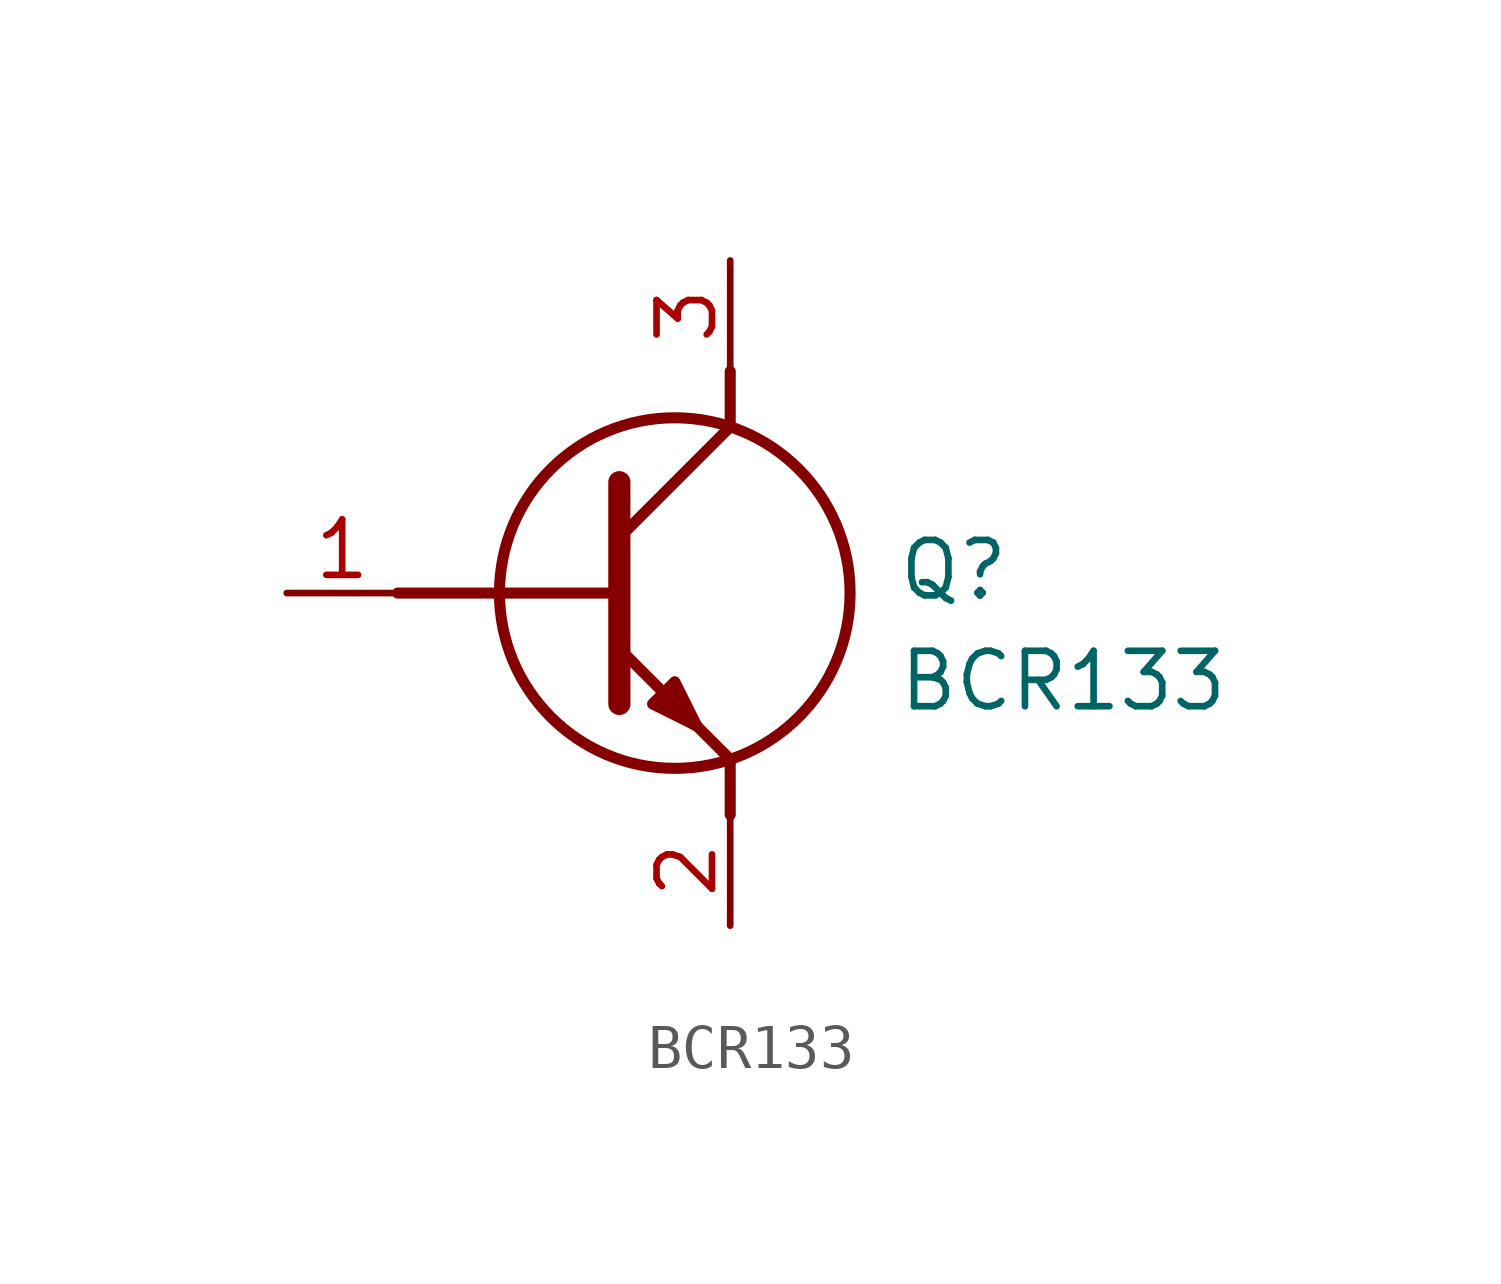
<source format=kicad_sym>
(kicad_symbol_lib
  (version 20211014)
  (generator SamacSys_ECAD_Model)
  (symbol "BCR133"
    (pin_names hide)
    (property "Reference" "Q"
      (at 13.97 1.27 0)
      (effects (font (size 1.27 1.27)) (justify left top)))
    (property "Value" "BCR133"
      (at 13.97 -1.27 0)
      (effects (font (size 1.27 1.27)) (justify left top)))
    (polyline
      (pts (xy 7.62 2.54) (xy 7.62 -2.54))
      (stroke (width 0.508) (type default))
      (fill (type none)))
    (polyline
      (pts (xy 7.62 1.27) (xy 10.16 3.81))
      (stroke (width 0.254) (type default))
      (fill (type none)))
    (polyline
      (pts (xy 7.62 -1.27) (xy 10.16 -3.81))
      (stroke (width 0.254) (type default))
      (fill (type none)))
    (polyline
      (pts (xy 10.16 -3.81) (xy 10.16 -5.08))
      (stroke (width 0.254) (type default))
      (fill (type none)))
    (polyline
      (pts (xy 10.16 3.81) (xy 10.16 5.08))
      (stroke (width 0.254) (type default))
      (fill (type none)))
    (polyline
      (pts (xy 2.54 0) (xy 7.62 0))
      (stroke (width 0.254) (type default))
      (fill (type none)))
    (circle
      (center 8.89 0)
      (radius 4.016)
      (stroke (width 0.254) (type default))
      (fill (type none)))
    (polyline
      (pts (xy 8.382 -2.54) (xy 8.89 -2.032) (xy 9.398 -3.048) (xy 8.382 -2.54))
      (stroke (width 0.254) (type default))
      (fill (type outline)))
    (pin passive line
      (at 0 0 0)
      (length 2.54)
      (name "B" (effects (font (size 1.27 1.27))))
      (number "1" (effects (font (size 1.27 1.27)))))
    (pin passive line
      (at 10.16 -7.62 90)
      (length 2.54)
      (name "E" (effects (font (size 1.27 1.27))))
      (number "2" (effects (font (size 1.27 1.27)))))
    (pin passive line
      (at 10.16 7.62 270)
      (length 2.54)
      (name "C" (effects (font (size 1.27 1.27))))
      (number "3" (effects (font (size 1.27 1.27)))))))
</source>
